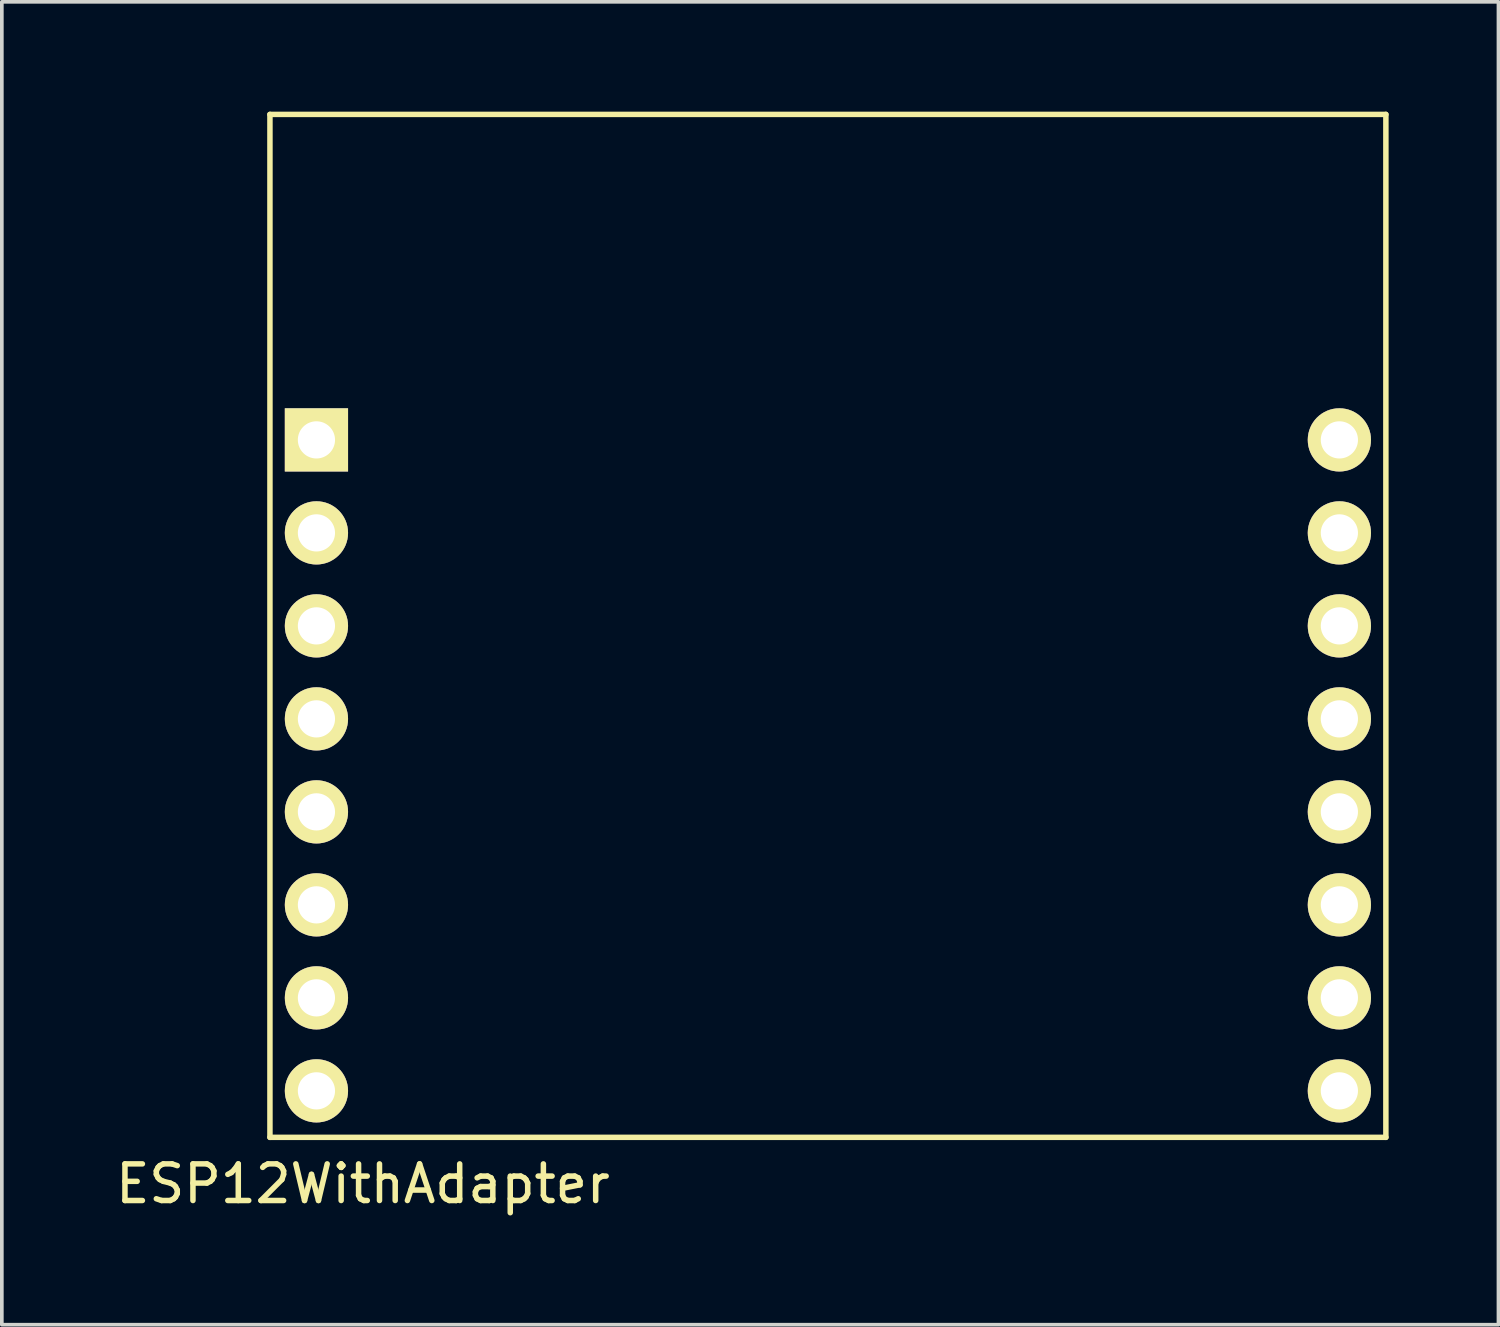
<source format=kicad_pcb>
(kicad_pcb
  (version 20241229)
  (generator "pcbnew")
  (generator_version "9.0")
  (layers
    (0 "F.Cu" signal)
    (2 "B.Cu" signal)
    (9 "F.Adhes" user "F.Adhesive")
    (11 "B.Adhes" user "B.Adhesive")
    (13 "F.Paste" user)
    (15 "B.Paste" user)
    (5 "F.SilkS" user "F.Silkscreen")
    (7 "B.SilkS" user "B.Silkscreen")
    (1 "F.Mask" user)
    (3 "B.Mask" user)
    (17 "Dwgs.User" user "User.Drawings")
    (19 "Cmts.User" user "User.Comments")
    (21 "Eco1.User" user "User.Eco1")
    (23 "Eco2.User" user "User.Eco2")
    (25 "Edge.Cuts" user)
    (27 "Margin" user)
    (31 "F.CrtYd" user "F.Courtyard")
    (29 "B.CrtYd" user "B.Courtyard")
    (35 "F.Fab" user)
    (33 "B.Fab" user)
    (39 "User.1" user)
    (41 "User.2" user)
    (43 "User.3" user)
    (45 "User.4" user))
  (footprint "ESP12WithAdapter"
    (layer "F.Cu")
    (at 4.323 28.015)
    (property "Reference" "ESP12WithAdapter" (at 2.54 1.27 0) (layer "F.SilkS") (effects (font (size 1 1) (thickness 0.15))))
    (attr through_hole)
    (fp_line (start 0 -27.94) (end 0 0) (stroke (width 0.15) (type solid)) (layer "F.SilkS"))
    (fp_line (start 0 -27.94) (end 30.48 -27.94) (stroke (width 0.15) (type solid)) (layer "F.SilkS"))
    (fp_line (start 0 0) (end 30.48 0) (stroke (width 0.15) (type solid)) (layer "F.SilkS"))
    (fp_line (start 30.48 0) (end 30.48 -27.94) (stroke (width 0.15) (type solid)) (layer "F.SilkS"))
    (pad "1" thru_hole rect (at 1.27 -19.05) (size 1.727 1.727) (drill 1.016) (layers "*.Cu" "*.Mask" "F.SilkS"))
    (pad "2" thru_hole circle (at 1.27 -16.51) (size 1.727 1.727) (drill 1.016) (layers "*.Cu" "*.Mask" "F.SilkS"))
    (pad "3" thru_hole circle (at 1.27 -13.97) (size 1.727 1.727) (drill 1.016) (layers "*.Cu" "*.Mask" "F.SilkS"))
    (pad "4" thru_hole circle (at 1.27 -11.43) (size 1.727 1.727) (drill 1.016) (layers "*.Cu" "*.Mask" "F.SilkS"))
    (pad "5" thru_hole circle (at 1.27 -8.89) (size 1.727 1.727) (drill 1.016) (layers "*.Cu" "*.Mask" "F.SilkS"))
    (pad "6" thru_hole circle (at 1.27 -6.35) (size 1.727 1.727) (drill 1.016) (layers "*.Cu" "*.Mask" "F.SilkS"))
    (pad "7" thru_hole circle (at 1.27 -3.81) (size 1.727 1.727) (drill 1.016) (layers "*.Cu" "*.Mask" "F.SilkS"))
    (pad "8" thru_hole circle (at 1.27 -1.27) (size 1.727 1.727) (drill 1.016) (layers "*.Cu" "*.Mask" "F.SilkS"))
    (pad "9" thru_hole circle (at 29.21 -1.27) (size 1.727 1.727) (drill 1.016) (layers "*.Cu" "*.Mask" "F.SilkS"))
    (pad "10" thru_hole circle (at 29.21 -3.81) (size 1.727 1.727) (drill 1.016) (layers "*.Cu" "*.Mask" "F.SilkS"))
    (pad "11" thru_hole circle (at 29.21 -6.35) (size 1.727 1.727) (drill 1.016) (layers "*.Cu" "*.Mask" "F.SilkS"))
    (pad "12" thru_hole circle (at 29.21 -8.89) (size 1.727 1.727) (drill 1.016) (layers "*.Cu" "*.Mask" "F.SilkS"))
    (pad "13" thru_hole circle (at 29.21 -11.43) (size 1.727 1.727) (drill 1.016) (layers "*.Cu" "*.Mask" "F.SilkS"))
    (pad "14" thru_hole circle (at 29.21 -13.97) (size 1.727 1.727) (drill 1.016) (layers "*.Cu" "*.Mask" "F.SilkS"))
    (pad "15" thru_hole circle (at 29.21 -16.51) (size 1.727 1.727) (drill 1.016) (layers "*.Cu" "*.Mask" "F.SilkS"))
    (pad "16" thru_hole circle (at 29.21 -19.05) (size 1.727 1.727) (drill 1.016) (layers "*.Cu" "*.Mask" "F.SilkS")))
  (gr_rect
    (start -3 -3)
    (end 37.878 33.133)
    (stroke (width 0.1) (type default))
    (fill no)
    (layer "Edge.Cuts")))
</source>
